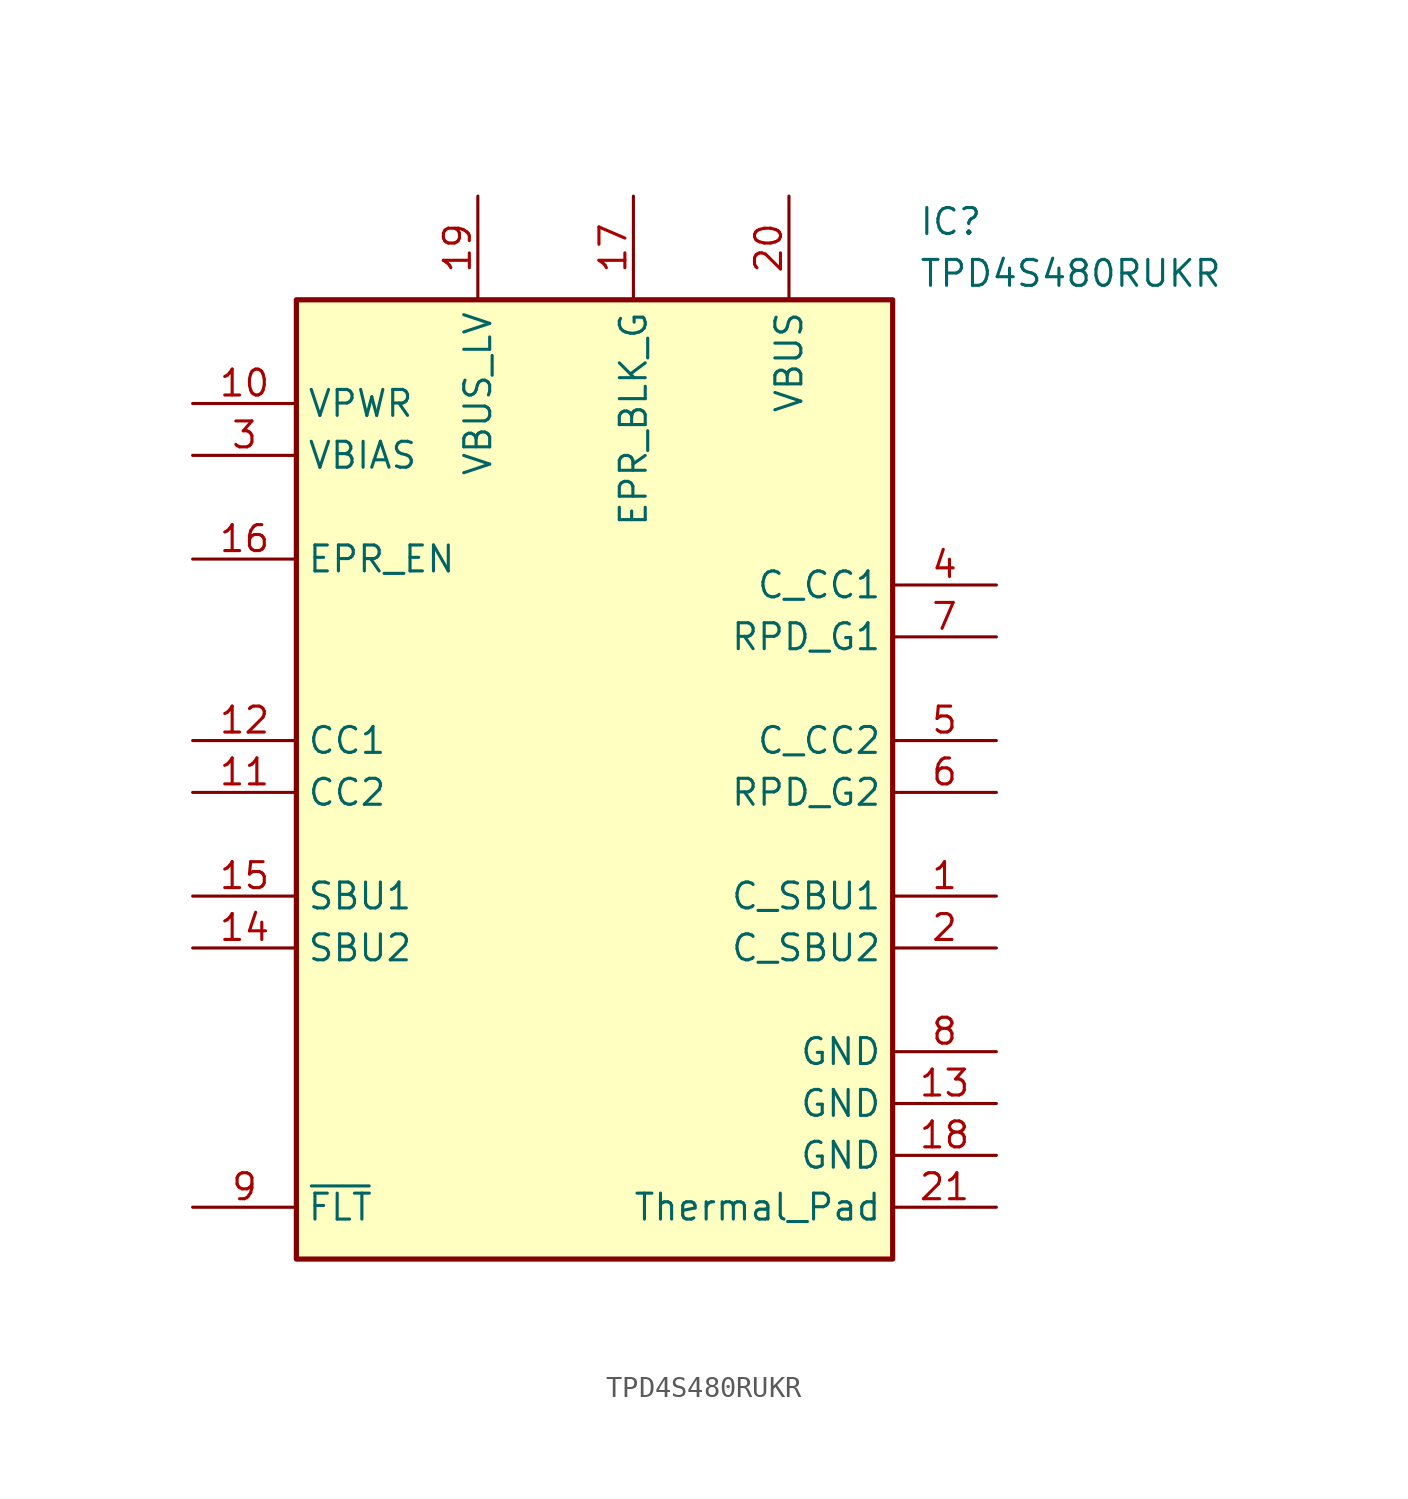
<source format=kicad_sym>
(kicad_symbol_lib
  (version 20241209)
  (generator "kicad_symbol_editor")
  (generator_version "9.0")
  (symbol "TPD4S480RUKR"
    (property "Reference" "IC"
      (at 29.21 28.702 0)
      (effects (font (size 1.27 1.27)) (justify left top)))
    (property "Value" "TPD4S480RUKR"
      (at 29.21 26.162 0)
      (effects (font (size 1.27 1.27)) (justify left top)))
    (symbol "TPD4S480RUKR_1_1"
      (rectangle (start -1.27 24.13) (end 27.94 -22.86) (stroke (width 0.254) (type default)) (fill (type background)))
      (pin passive line (at -6.35 19.05 0) (length 5.08) (name "VPWR" (effects (font (size 1.27 1.27)))) (number "10" (effects (font (size 1.27 1.27)))))
      (pin passive line (at -6.35 16.51 0) (length 5.08) (name "VBIAS" (effects (font (size 1.27 1.27)))) (number "3" (effects (font (size 1.27 1.27)))))
      (pin passive line (at -6.35 11.43 0) (length 5.08) (name "EPR_EN" (effects (font (size 1.27 1.27)))) (number "16" (effects (font (size 1.27 1.27)))))
      (pin passive line (at -6.35 2.54 0) (length 5.08) (name "CC1" (effects (font (size 1.27 1.27)))) (number "12" (effects (font (size 1.27 1.27)))))
      (pin passive line (at -6.35 0 0) (length 5.08) (name "CC2" (effects (font (size 1.27 1.27)))) (number "11" (effects (font (size 1.27 1.27)))))
      (pin passive line (at -6.35 -5.08 0) (length 5.08) (name "SBU1" (effects (font (size 1.27 1.27)))) (number "15" (effects (font (size 1.27 1.27)))))
      (pin passive line (at -6.35 -7.62 0) (length 5.08) (name "SBU2" (effects (font (size 1.27 1.27)))) (number "14" (effects (font (size 1.27 1.27)))))
      (pin passive line (at -6.35 -20.32 0) (length 5.08) (name "~{FLT}" (effects (font (size 1.27 1.27)))) (number "9" (effects (font (size 1.27 1.27)))))
      (pin passive line (at 7.62 29.21 270) (length 5.08) (name "VBUS_LV" (effects (font (size 1.27 1.27)))) (number "19" (effects (font (size 1.27 1.27)))))
      (pin passive line (at 15.24 29.21 270) (length 5.08) (name "EPR_BLK_G" (effects (font (size 1.27 1.27)))) (number "17" (effects (font (size 1.27 1.27)))))
      (pin passive line (at 22.86 29.21 270) (length 5.08) (name "VBUS" (effects (font (size 1.27 1.27)))) (number "20" (effects (font (size 1.27 1.27)))))
      (pin passive line (at 33.02 10.16 180) (length 5.08) (name "C_CC1" (effects (font (size 1.27 1.27)))) (number "4" (effects (font (size 1.27 1.27)))))
      (pin passive line (at 33.02 7.62 180) (length 5.08) (name "RPD_G1" (effects (font (size 1.27 1.27)))) (number "7" (effects (font (size 1.27 1.27)))))
      (pin passive line (at 33.02 2.54 180) (length 5.08) (name "C_CC2" (effects (font (size 1.27 1.27)))) (number "5" (effects (font (size 1.27 1.27)))))
      (pin passive line (at 33.02 0 180) (length 5.08) (name "RPD_G2" (effects (font (size 1.27 1.27)))) (number "6" (effects (font (size 1.27 1.27)))))
      (pin passive line (at 33.02 -5.08 180) (length 5.08) (name "C_SBU1" (effects (font (size 1.27 1.27)))) (number "1" (effects (font (size 1.27 1.27)))))
      (pin passive line (at 33.02 -7.62 180) (length 5.08) (name "C_SBU2" (effects (font (size 1.27 1.27)))) (number "2" (effects (font (size 1.27 1.27)))))
      (pin passive line (at 33.02 -12.7 180) (length 5.08) (name "GND" (effects (font (size 1.27 1.27)))) (number "8" (effects (font (size 1.27 1.27)))))
      (pin passive line (at 33.02 -15.24 180) (length 5.08) (name "GND" (effects (font (size 1.27 1.27)))) (number "13" (effects (font (size 1.27 1.27)))))
      (pin passive line (at 33.02 -17.78 180) (length 5.08) (name "GND" (effects (font (size 1.27 1.27)))) (number "18" (effects (font (size 1.27 1.27)))))
      (pin passive line (at 33.02 -20.32 180) (length 5.08) (name "Thermal_Pad" (effects (font (size 1.27 1.27)))) (number "21" (effects (font (size 1.27 1.27))))))))
</source>
